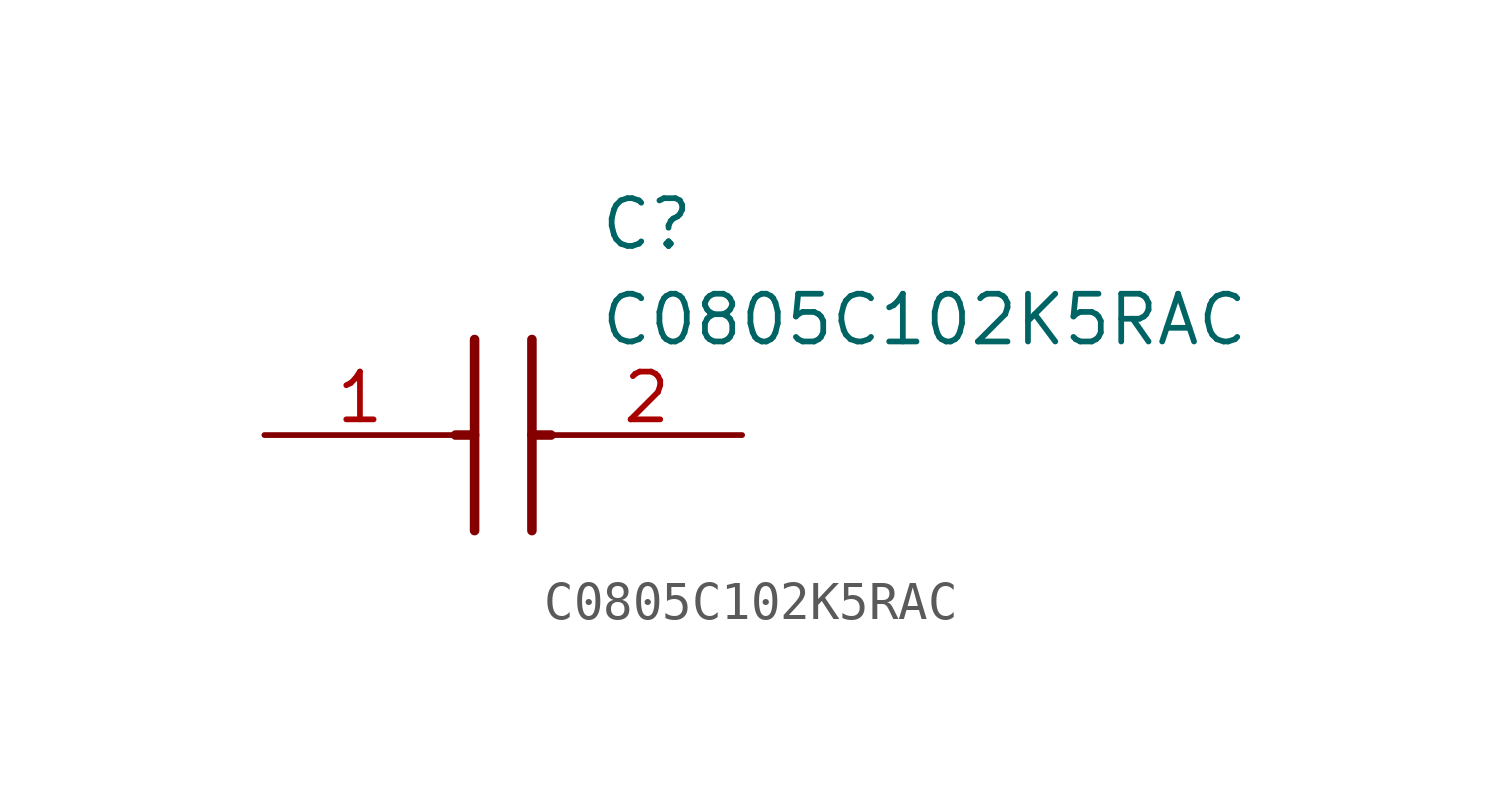
<source format=kicad_sym>
(kicad_symbol_lib
  (version 20211014)
  (generator SamacSys_ECAD_Model)
  (symbol "C0805C102K5RAC"
    (pin_names hide)
    (property "Reference" "C"
      (at 8.89 6.35 0)
      (effects (font (size 1.27 1.27)) (justify left top)))
    (property "Value" "C0805C102K5RAC"
      (at 8.89 3.81 0)
      (effects (font (size 1.27 1.27)) (justify left top)))
    (polyline
      (pts (xy 5.588 2.54) (xy 5.588 -2.54))
      (stroke (width 0.254) (type default))
      (fill (type none)))
    (polyline
      (pts (xy 7.112 2.54) (xy 7.112 -2.54))
      (stroke (width 0.254) (type default))
      (fill (type none)))
    (polyline
      (pts (xy 5.08 0) (xy 5.588 0))
      (stroke (width 0.254) (type default))
      (fill (type none)))
    (polyline
      (pts (xy 7.112 0) (xy 7.62 0))
      (stroke (width 0.254) (type default))
      (fill (type none)))
    (pin passive line
      (at 0 0 0)
      (length 5.08)
      (name "1" (effects (font (size 1.27 1.27))))
      (number "1" (effects (font (size 1.27 1.27)))))
    (pin passive line
      (at 12.7 0 180)
      (length 5.08)
      (name "2" (effects (font (size 1.27 1.27))))
      (number "2" (effects (font (size 1.27 1.27)))))))
</source>
